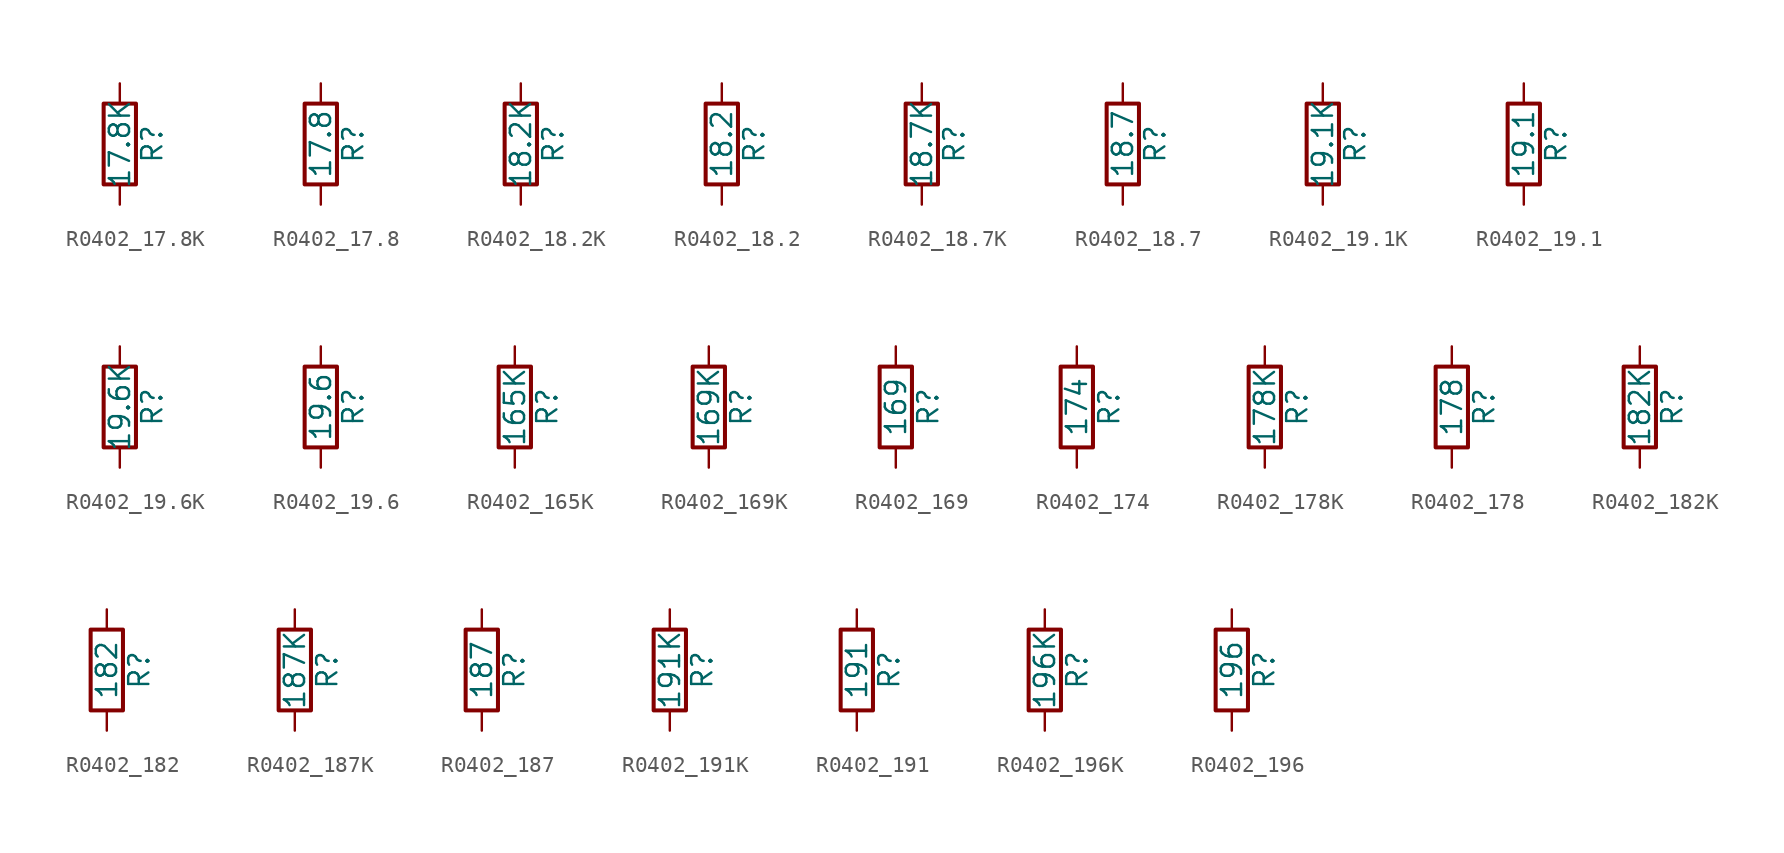
<source format=kicad_sym>
(kicad_symbol_lib
  (version 20211014)
  (generator atlantix-eda)
  (symbol "R0402_17.8K"
    (pin_numbers hide)
    (pin_names
      (offset 0))
    (property "Reference" "R"
      (at 2.032 0 90)
      (effects (font (size 1.27 1.27))))
    (property "Value" "17.8K"
      (at 0 0 90)
      (effects (font (size 1.27 1.27))))
    (symbol "R0402_17.8K_0_1"
      (rectangle (start -1.016 -2.54) (end 1.016 2.54) (stroke (width 0.254) (type default) (color 0 0 0 0)) (fill (type none))))
    (symbol "R0402_17.8K_1_1"
      (pin passive line (at 0 3.81 270) (length 1.27) (name "~" (effects (font (size 1.27 1.27)))) (number "1" (effects (font (size 1.27 1.27)))))
      (pin passive line (at 0 -3.81 90) (length 1.27) (name "~" (effects (font (size 1.27 1.27)))) (number "2" (effects (font (size 1.27 1.27)))))))
  (symbol "R0402_17.8"
    (pin_numbers hide)
    (pin_names
      (offset 0))
    (property "Reference" "R"
      (at 2.032 0 90)
      (effects (font (size 1.27 1.27))))
    (property "Value" "17.8"
      (at 0 0 90)
      (effects (font (size 1.27 1.27))))
    (symbol "R0402_17.8_0_1"
      (rectangle (start -1.016 -2.54) (end 1.016 2.54) (stroke (width 0.254) (type default) (color 0 0 0 0)) (fill (type none))))
    (symbol "R0402_17.8_1_1"
      (pin passive line (at 0 3.81 270) (length 1.27) (name "~" (effects (font (size 1.27 1.27)))) (number "1" (effects (font (size 1.27 1.27)))))
      (pin passive line (at 0 -3.81 90) (length 1.27) (name "~" (effects (font (size 1.27 1.27)))) (number "2" (effects (font (size 1.27 1.27)))))))
  (symbol "R0402_18.2K"
    (pin_numbers hide)
    (pin_names
      (offset 0))
    (property "Reference" "R"
      (at 2.032 0 90)
      (effects (font (size 1.27 1.27))))
    (property "Value" "18.2K"
      (at 0 0 90)
      (effects (font (size 1.27 1.27))))
    (symbol "R0402_18.2K_0_1"
      (rectangle (start -1.016 -2.54) (end 1.016 2.54) (stroke (width 0.254) (type default) (color 0 0 0 0)) (fill (type none))))
    (symbol "R0402_18.2K_1_1"
      (pin passive line (at 0 3.81 270) (length 1.27) (name "~" (effects (font (size 1.27 1.27)))) (number "1" (effects (font (size 1.27 1.27)))))
      (pin passive line (at 0 -3.81 90) (length 1.27) (name "~" (effects (font (size 1.27 1.27)))) (number "2" (effects (font (size 1.27 1.27)))))))
  (symbol "R0402_18.2"
    (pin_numbers hide)
    (pin_names
      (offset 0))
    (property "Reference" "R"
      (at 2.032 0 90)
      (effects (font (size 1.27 1.27))))
    (property "Value" "18.2"
      (at 0 0 90)
      (effects (font (size 1.27 1.27))))
    (symbol "R0402_18.2_0_1"
      (rectangle (start -1.016 -2.54) (end 1.016 2.54) (stroke (width 0.254) (type default) (color 0 0 0 0)) (fill (type none))))
    (symbol "R0402_18.2_1_1"
      (pin passive line (at 0 3.81 270) (length 1.27) (name "~" (effects (font (size 1.27 1.27)))) (number "1" (effects (font (size 1.27 1.27)))))
      (pin passive line (at 0 -3.81 90) (length 1.27) (name "~" (effects (font (size 1.27 1.27)))) (number "2" (effects (font (size 1.27 1.27)))))))
  (symbol "R0402_18.7K"
    (pin_numbers hide)
    (pin_names
      (offset 0))
    (property "Reference" "R"
      (at 2.032 0 90)
      (effects (font (size 1.27 1.27))))
    (property "Value" "18.7K"
      (at 0 0 90)
      (effects (font (size 1.27 1.27))))
    (symbol "R0402_18.7K_0_1"
      (rectangle (start -1.016 -2.54) (end 1.016 2.54) (stroke (width 0.254) (type default) (color 0 0 0 0)) (fill (type none))))
    (symbol "R0402_18.7K_1_1"
      (pin passive line (at 0 3.81 270) (length 1.27) (name "~" (effects (font (size 1.27 1.27)))) (number "1" (effects (font (size 1.27 1.27)))))
      (pin passive line (at 0 -3.81 90) (length 1.27) (name "~" (effects (font (size 1.27 1.27)))) (number "2" (effects (font (size 1.27 1.27)))))))
  (symbol "R0402_18.7"
    (pin_numbers hide)
    (pin_names
      (offset 0))
    (property "Reference" "R"
      (at 2.032 0 90)
      (effects (font (size 1.27 1.27))))
    (property "Value" "18.7"
      (at 0 0 90)
      (effects (font (size 1.27 1.27))))
    (symbol "R0402_18.7_0_1"
      (rectangle (start -1.016 -2.54) (end 1.016 2.54) (stroke (width 0.254) (type default) (color 0 0 0 0)) (fill (type none))))
    (symbol "R0402_18.7_1_1"
      (pin passive line (at 0 3.81 270) (length 1.27) (name "~" (effects (font (size 1.27 1.27)))) (number "1" (effects (font (size 1.27 1.27)))))
      (pin passive line (at 0 -3.81 90) (length 1.27) (name "~" (effects (font (size 1.27 1.27)))) (number "2" (effects (font (size 1.27 1.27)))))))
  (symbol "R0402_19.1K"
    (pin_numbers hide)
    (pin_names
      (offset 0))
    (property "Reference" "R"
      (at 2.032 0 90)
      (effects (font (size 1.27 1.27))))
    (property "Value" "19.1K"
      (at 0 0 90)
      (effects (font (size 1.27 1.27))))
    (symbol "R0402_19.1K_0_1"
      (rectangle (start -1.016 -2.54) (end 1.016 2.54) (stroke (width 0.254) (type default) (color 0 0 0 0)) (fill (type none))))
    (symbol "R0402_19.1K_1_1"
      (pin passive line (at 0 3.81 270) (length 1.27) (name "~" (effects (font (size 1.27 1.27)))) (number "1" (effects (font (size 1.27 1.27)))))
      (pin passive line (at 0 -3.81 90) (length 1.27) (name "~" (effects (font (size 1.27 1.27)))) (number "2" (effects (font (size 1.27 1.27)))))))
  (symbol "R0402_19.1"
    (pin_numbers hide)
    (pin_names
      (offset 0))
    (property "Reference" "R"
      (at 2.032 0 90)
      (effects (font (size 1.27 1.27))))
    (property "Value" "19.1"
      (at 0 0 90)
      (effects (font (size 1.27 1.27))))
    (symbol "R0402_19.1_0_1"
      (rectangle (start -1.016 -2.54) (end 1.016 2.54) (stroke (width 0.254) (type default) (color 0 0 0 0)) (fill (type none))))
    (symbol "R0402_19.1_1_1"
      (pin passive line (at 0 3.81 270) (length 1.27) (name "~" (effects (font (size 1.27 1.27)))) (number "1" (effects (font (size 1.27 1.27)))))
      (pin passive line (at 0 -3.81 90) (length 1.27) (name "~" (effects (font (size 1.27 1.27)))) (number "2" (effects (font (size 1.27 1.27)))))))
  (symbol "R0402_19.6K"
    (pin_numbers hide)
    (pin_names
      (offset 0))
    (property "Reference" "R"
      (at 2.032 0 90)
      (effects (font (size 1.27 1.27))))
    (property "Value" "19.6K"
      (at 0 0 90)
      (effects (font (size 1.27 1.27))))
    (symbol "R0402_19.6K_0_1"
      (rectangle (start -1.016 -2.54) (end 1.016 2.54) (stroke (width 0.254) (type default) (color 0 0 0 0)) (fill (type none))))
    (symbol "R0402_19.6K_1_1"
      (pin passive line (at 0 3.81 270) (length 1.27) (name "~" (effects (font (size 1.27 1.27)))) (number "1" (effects (font (size 1.27 1.27)))))
      (pin passive line (at 0 -3.81 90) (length 1.27) (name "~" (effects (font (size 1.27 1.27)))) (number "2" (effects (font (size 1.27 1.27)))))))
  (symbol "R0402_19.6"
    (pin_numbers hide)
    (pin_names
      (offset 0))
    (property "Reference" "R"
      (at 2.032 0 90)
      (effects (font (size 1.27 1.27))))
    (property "Value" "19.6"
      (at 0 0 90)
      (effects (font (size 1.27 1.27))))
    (symbol "R0402_19.6_0_1"
      (rectangle (start -1.016 -2.54) (end 1.016 2.54) (stroke (width 0.254) (type default) (color 0 0 0 0)) (fill (type none))))
    (symbol "R0402_19.6_1_1"
      (pin passive line (at 0 3.81 270) (length 1.27) (name "~" (effects (font (size 1.27 1.27)))) (number "1" (effects (font (size 1.27 1.27)))))
      (pin passive line (at 0 -3.81 90) (length 1.27) (name "~" (effects (font (size 1.27 1.27)))) (number "2" (effects (font (size 1.27 1.27)))))))
  (symbol "R0402_165K"
    (pin_numbers hide)
    (pin_names
      (offset 0))
    (property "Reference" "R"
      (at 2.032 0 90)
      (effects (font (size 1.27 1.27))))
    (property "Value" "165K"
      (at 0 0 90)
      (effects (font (size 1.27 1.27))))
    (symbol "R0402_165K_0_1"
      (rectangle (start -1.016 -2.54) (end 1.016 2.54) (stroke (width 0.254) (type default) (color 0 0 0 0)) (fill (type none))))
    (symbol "R0402_165K_1_1"
      (pin passive line (at 0 3.81 270) (length 1.27) (name "~" (effects (font (size 1.27 1.27)))) (number "1" (effects (font (size 1.27 1.27)))))
      (pin passive line (at 0 -3.81 90) (length 1.27) (name "~" (effects (font (size 1.27 1.27)))) (number "2" (effects (font (size 1.27 1.27)))))))
  (symbol "R0402_169K"
    (pin_numbers hide)
    (pin_names
      (offset 0))
    (property "Reference" "R"
      (at 2.032 0 90)
      (effects (font (size 1.27 1.27))))
    (property "Value" "169K"
      (at 0 0 90)
      (effects (font (size 1.27 1.27))))
    (symbol "R0402_169K_0_1"
      (rectangle (start -1.016 -2.54) (end 1.016 2.54) (stroke (width 0.254) (type default) (color 0 0 0 0)) (fill (type none))))
    (symbol "R0402_169K_1_1"
      (pin passive line (at 0 3.81 270) (length 1.27) (name "~" (effects (font (size 1.27 1.27)))) (number "1" (effects (font (size 1.27 1.27)))))
      (pin passive line (at 0 -3.81 90) (length 1.27) (name "~" (effects (font (size 1.27 1.27)))) (number "2" (effects (font (size 1.27 1.27)))))))
  (symbol "R0402_169"
    (pin_numbers hide)
    (pin_names
      (offset 0))
    (property "Reference" "R"
      (at 2.032 0 90)
      (effects (font (size 1.27 1.27))))
    (property "Value" "169"
      (at 0 0 90)
      (effects (font (size 1.27 1.27))))
    (symbol "R0402_169_0_1"
      (rectangle (start -1.016 -2.54) (end 1.016 2.54) (stroke (width 0.254) (type default) (color 0 0 0 0)) (fill (type none))))
    (symbol "R0402_169_1_1"
      (pin passive line (at 0 3.81 270) (length 1.27) (name "~" (effects (font (size 1.27 1.27)))) (number "1" (effects (font (size 1.27 1.27)))))
      (pin passive line (at 0 -3.81 90) (length 1.27) (name "~" (effects (font (size 1.27 1.27)))) (number "2" (effects (font (size 1.27 1.27)))))))
  (symbol "R0402_174"
    (pin_numbers hide)
    (pin_names
      (offset 0))
    (property "Reference" "R"
      (at 2.032 0 90)
      (effects (font (size 1.27 1.27))))
    (property "Value" "174"
      (at 0 0 90)
      (effects (font (size 1.27 1.27))))
    (symbol "R0402_174_0_1"
      (rectangle (start -1.016 -2.54) (end 1.016 2.54) (stroke (width 0.254) (type default) (color 0 0 0 0)) (fill (type none))))
    (symbol "R0402_174_1_1"
      (pin passive line (at 0 3.81 270) (length 1.27) (name "~" (effects (font (size 1.27 1.27)))) (number "1" (effects (font (size 1.27 1.27)))))
      (pin passive line (at 0 -3.81 90) (length 1.27) (name "~" (effects (font (size 1.27 1.27)))) (number "2" (effects (font (size 1.27 1.27)))))))
  (symbol "R0402_178K"
    (pin_numbers hide)
    (pin_names
      (offset 0))
    (property "Reference" "R"
      (at 2.032 0 90)
      (effects (font (size 1.27 1.27))))
    (property "Value" "178K"
      (at 0 0 90)
      (effects (font (size 1.27 1.27))))
    (symbol "R0402_178K_0_1"
      (rectangle (start -1.016 -2.54) (end 1.016 2.54) (stroke (width 0.254) (type default) (color 0 0 0 0)) (fill (type none))))
    (symbol "R0402_178K_1_1"
      (pin passive line (at 0 3.81 270) (length 1.27) (name "~" (effects (font (size 1.27 1.27)))) (number "1" (effects (font (size 1.27 1.27)))))
      (pin passive line (at 0 -3.81 90) (length 1.27) (name "~" (effects (font (size 1.27 1.27)))) (number "2" (effects (font (size 1.27 1.27)))))))
  (symbol "R0402_178"
    (pin_numbers hide)
    (pin_names
      (offset 0))
    (property "Reference" "R"
      (at 2.032 0 90)
      (effects (font (size 1.27 1.27))))
    (property "Value" "178"
      (at 0 0 90)
      (effects (font (size 1.27 1.27))))
    (symbol "R0402_178_0_1"
      (rectangle (start -1.016 -2.54) (end 1.016 2.54) (stroke (width 0.254) (type default) (color 0 0 0 0)) (fill (type none))))
    (symbol "R0402_178_1_1"
      (pin passive line (at 0 3.81 270) (length 1.27) (name "~" (effects (font (size 1.27 1.27)))) (number "1" (effects (font (size 1.27 1.27)))))
      (pin passive line (at 0 -3.81 90) (length 1.27) (name "~" (effects (font (size 1.27 1.27)))) (number "2" (effects (font (size 1.27 1.27)))))))
  (symbol "R0402_182K"
    (pin_numbers hide)
    (pin_names
      (offset 0))
    (property "Reference" "R"
      (at 2.032 0 90)
      (effects (font (size 1.27 1.27))))
    (property "Value" "182K"
      (at 0 0 90)
      (effects (font (size 1.27 1.27))))
    (symbol "R0402_182K_0_1"
      (rectangle (start -1.016 -2.54) (end 1.016 2.54) (stroke (width 0.254) (type default) (color 0 0 0 0)) (fill (type none))))
    (symbol "R0402_182K_1_1"
      (pin passive line (at 0 3.81 270) (length 1.27) (name "~" (effects (font (size 1.27 1.27)))) (number "1" (effects (font (size 1.27 1.27)))))
      (pin passive line (at 0 -3.81 90) (length 1.27) (name "~" (effects (font (size 1.27 1.27)))) (number "2" (effects (font (size 1.27 1.27)))))))
  (symbol "R0402_182"
    (pin_numbers hide)
    (pin_names
      (offset 0))
    (property "Reference" "R"
      (at 2.032 0 90)
      (effects (font (size 1.27 1.27))))
    (property "Value" "182"
      (at 0 0 90)
      (effects (font (size 1.27 1.27))))
    (symbol "R0402_182_0_1"
      (rectangle (start -1.016 -2.54) (end 1.016 2.54) (stroke (width 0.254) (type default) (color 0 0 0 0)) (fill (type none))))
    (symbol "R0402_182_1_1"
      (pin passive line (at 0 3.81 270) (length 1.27) (name "~" (effects (font (size 1.27 1.27)))) (number "1" (effects (font (size 1.27 1.27)))))
      (pin passive line (at 0 -3.81 90) (length 1.27) (name "~" (effects (font (size 1.27 1.27)))) (number "2" (effects (font (size 1.27 1.27)))))))
  (symbol "R0402_187K"
    (pin_numbers hide)
    (pin_names
      (offset 0))
    (property "Reference" "R"
      (at 2.032 0 90)
      (effects (font (size 1.27 1.27))))
    (property "Value" "187K"
      (at 0 0 90)
      (effects (font (size 1.27 1.27))))
    (symbol "R0402_187K_0_1"
      (rectangle (start -1.016 -2.54) (end 1.016 2.54) (stroke (width 0.254) (type default) (color 0 0 0 0)) (fill (type none))))
    (symbol "R0402_187K_1_1"
      (pin passive line (at 0 3.81 270) (length 1.27) (name "~" (effects (font (size 1.27 1.27)))) (number "1" (effects (font (size 1.27 1.27)))))
      (pin passive line (at 0 -3.81 90) (length 1.27) (name "~" (effects (font (size 1.27 1.27)))) (number "2" (effects (font (size 1.27 1.27)))))))
  (symbol "R0402_187"
    (pin_numbers hide)
    (pin_names
      (offset 0))
    (property "Reference" "R"
      (at 2.032 0 90)
      (effects (font (size 1.27 1.27))))
    (property "Value" "187"
      (at 0 0 90)
      (effects (font (size 1.27 1.27))))
    (symbol "R0402_187_0_1"
      (rectangle (start -1.016 -2.54) (end 1.016 2.54) (stroke (width 0.254) (type default) (color 0 0 0 0)) (fill (type none))))
    (symbol "R0402_187_1_1"
      (pin passive line (at 0 3.81 270) (length 1.27) (name "~" (effects (font (size 1.27 1.27)))) (number "1" (effects (font (size 1.27 1.27)))))
      (pin passive line (at 0 -3.81 90) (length 1.27) (name "~" (effects (font (size 1.27 1.27)))) (number "2" (effects (font (size 1.27 1.27)))))))
  (symbol "R0402_191K"
    (pin_numbers hide)
    (pin_names
      (offset 0))
    (property "Reference" "R"
      (at 2.032 0 90)
      (effects (font (size 1.27 1.27))))
    (property "Value" "191K"
      (at 0 0 90)
      (effects (font (size 1.27 1.27))))
    (symbol "R0402_191K_0_1"
      (rectangle (start -1.016 -2.54) (end 1.016 2.54) (stroke (width 0.254) (type default) (color 0 0 0 0)) (fill (type none))))
    (symbol "R0402_191K_1_1"
      (pin passive line (at 0 3.81 270) (length 1.27) (name "~" (effects (font (size 1.27 1.27)))) (number "1" (effects (font (size 1.27 1.27)))))
      (pin passive line (at 0 -3.81 90) (length 1.27) (name "~" (effects (font (size 1.27 1.27)))) (number "2" (effects (font (size 1.27 1.27)))))))
  (symbol "R0402_191"
    (pin_numbers hide)
    (pin_names
      (offset 0))
    (property "Reference" "R"
      (at 2.032 0 90)
      (effects (font (size 1.27 1.27))))
    (property "Value" "191"
      (at 0 0 90)
      (effects (font (size 1.27 1.27))))
    (symbol "R0402_191_0_1"
      (rectangle (start -1.016 -2.54) (end 1.016 2.54) (stroke (width 0.254) (type default) (color 0 0 0 0)) (fill (type none))))
    (symbol "R0402_191_1_1"
      (pin passive line (at 0 3.81 270) (length 1.27) (name "~" (effects (font (size 1.27 1.27)))) (number "1" (effects (font (size 1.27 1.27)))))
      (pin passive line (at 0 -3.81 90) (length 1.27) (name "~" (effects (font (size 1.27 1.27)))) (number "2" (effects (font (size 1.27 1.27)))))))
  (symbol "R0402_196K"
    (pin_numbers hide)
    (pin_names
      (offset 0))
    (property "Reference" "R"
      (at 2.032 0 90)
      (effects (font (size 1.27 1.27))))
    (property "Value" "196K"
      (at 0 0 90)
      (effects (font (size 1.27 1.27))))
    (symbol "R0402_196K_0_1"
      (rectangle (start -1.016 -2.54) (end 1.016 2.54) (stroke (width 0.254) (type default) (color 0 0 0 0)) (fill (type none))))
    (symbol "R0402_196K_1_1"
      (pin passive line (at 0 3.81 270) (length 1.27) (name "~" (effects (font (size 1.27 1.27)))) (number "1" (effects (font (size 1.27 1.27)))))
      (pin passive line (at 0 -3.81 90) (length 1.27) (name "~" (effects (font (size 1.27 1.27)))) (number "2" (effects (font (size 1.27 1.27)))))))
  (symbol "R0402_196"
    (pin_numbers hide)
    (pin_names
      (offset 0))
    (property "Reference" "R"
      (at 2.032 0 90)
      (effects (font (size 1.27 1.27))))
    (property "Value" "196"
      (at 0 0 90)
      (effects (font (size 1.27 1.27))))
    (symbol "R0402_196_0_1"
      (rectangle (start -1.016 -2.54) (end 1.016 2.54) (stroke (width 0.254) (type default) (color 0 0 0 0)) (fill (type none))))
    (symbol "R0402_196_1_1"
      (pin passive line (at 0 3.81 270) (length 1.27) (name "~" (effects (font (size 1.27 1.27)))) (number "1" (effects (font (size 1.27 1.27)))))
      (pin passive line (at 0 -3.81 90) (length 1.27) (name "~" (effects (font (size 1.27 1.27)))) (number "2" (effects (font (size 1.27 1.27))))))))
</source>
